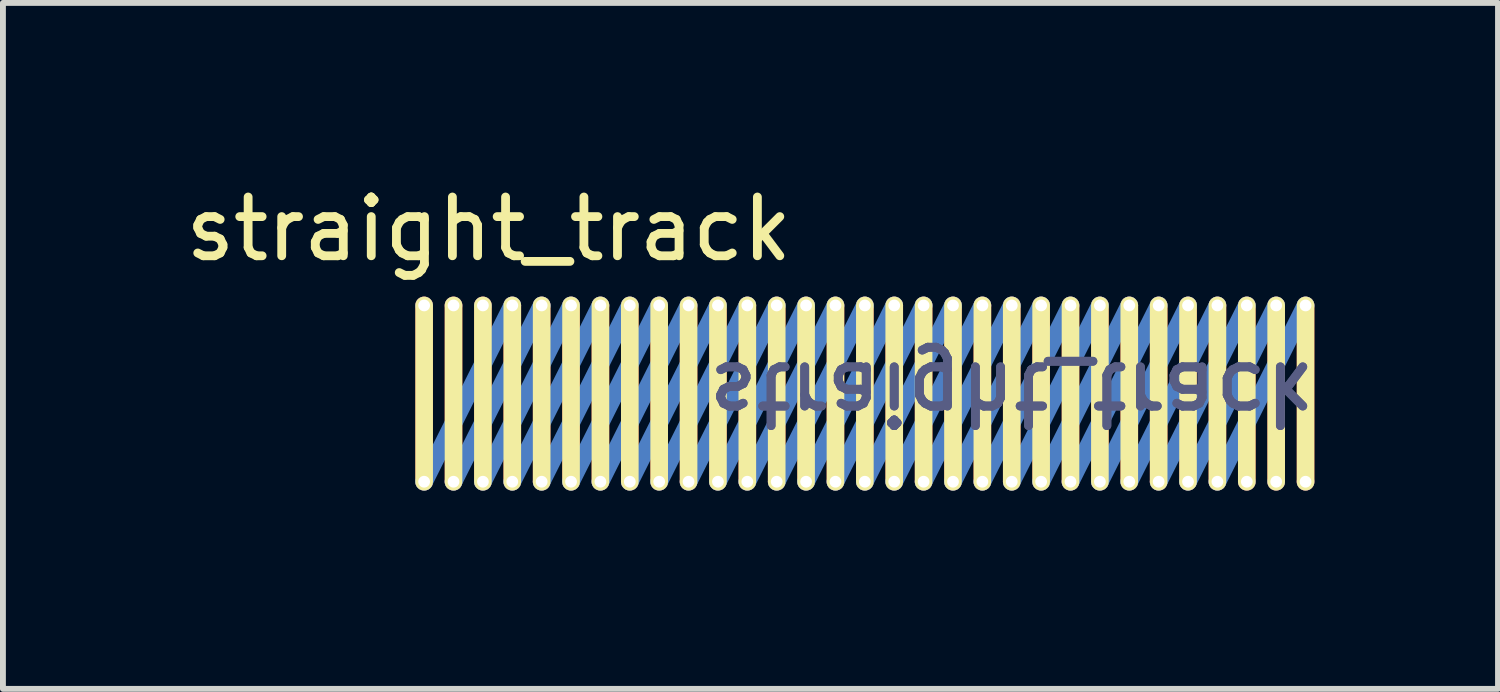
<source format=kicad_pcb>
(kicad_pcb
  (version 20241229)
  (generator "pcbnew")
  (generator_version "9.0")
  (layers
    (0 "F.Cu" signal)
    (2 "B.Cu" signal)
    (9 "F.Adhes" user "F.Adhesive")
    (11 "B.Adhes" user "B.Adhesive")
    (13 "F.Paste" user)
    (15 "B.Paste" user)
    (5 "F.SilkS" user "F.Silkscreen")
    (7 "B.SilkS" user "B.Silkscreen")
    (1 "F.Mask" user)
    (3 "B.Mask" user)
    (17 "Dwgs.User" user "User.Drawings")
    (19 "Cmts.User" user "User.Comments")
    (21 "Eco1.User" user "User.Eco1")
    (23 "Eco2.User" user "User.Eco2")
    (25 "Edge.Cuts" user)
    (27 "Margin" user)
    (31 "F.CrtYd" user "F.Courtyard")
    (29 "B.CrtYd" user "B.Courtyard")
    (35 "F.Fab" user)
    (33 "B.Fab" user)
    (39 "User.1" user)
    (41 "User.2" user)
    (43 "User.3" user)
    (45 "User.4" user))
  (footprint "straight_track"
    (layer "F.Cu")
    (at 11.668 3.648)
    (property "Reference" "straight_track" (at -6.4 -2.8 0) (unlocked yes) (layer "F.SilkS") (effects (font (size 1 1) (thickness 0.15))))
    (attr smd)
    (fp_line (start -7.5 1.5) (end -7.5 -1.5) (stroke (width 0.3) (type default)) (layer "F.Cu"))
    (fp_line (start -7 1.5) (end -7 -1.5) (stroke (width 0.3) (type default)) (layer "F.Cu"))
    (fp_line (start -6.5 1.5) (end -6.5 -1.5) (stroke (width 0.3) (type default)) (layer "F.Cu"))
    (fp_line (start -6 1.5) (end -6 -1.5) (stroke (width 0.3) (type default)) (layer "F.Cu"))
    (fp_line (start -5.5 1.5) (end -5.5 -1.5) (stroke (width 0.3) (type default)) (layer "F.Cu"))
    (fp_line (start -5 1.5) (end -5 -1.5) (stroke (width 0.3) (type default)) (layer "F.Cu"))
    (fp_line (start -4.5 1.5) (end -4.5 -1.5) (stroke (width 0.3) (type default)) (layer "F.Cu"))
    (fp_line (start -4 1.5) (end -4 -1.5) (stroke (width 0.3) (type default)) (layer "F.Cu"))
    (fp_line (start -3.5 1.5) (end -3.5 -1.5) (stroke (width 0.3) (type default)) (layer "F.Cu"))
    (fp_line (start -3 1.5) (end -3 -1.5) (stroke (width 0.3) (type default)) (layer "F.Cu"))
    (fp_line (start -2.5 1.5) (end -2.5 -1.5) (stroke (width 0.3) (type default)) (layer "F.Cu"))
    (fp_line (start -2 1.5) (end -2 -1.5) (stroke (width 0.3) (type default)) (layer "F.Cu"))
    (fp_line (start -1.5 1.5) (end -1.5 -1.5) (stroke (width 0.3) (type default)) (layer "F.Cu"))
    (fp_line (start -1 1.5) (end -1 -1.5) (stroke (width 0.3) (type default)) (layer "F.Cu"))
    (fp_line (start -0.5 1.5) (end -0.5 -1.5) (stroke (width 0.3) (type default)) (layer "F.Cu"))
    (fp_line (start 0 1.5) (end 0 -1.5) (stroke (width 0.3) (type default)) (layer "F.Cu"))
    (fp_line (start 0.5 1.5) (end 0.5 -1.5) (stroke (width 0.3) (type default)) (layer "F.Cu"))
    (fp_line (start 1 1.5) (end 1 -1.5) (stroke (width 0.3) (type default)) (layer "F.Cu"))
    (fp_line (start 1.5 1.5) (end 1.5 -1.5) (stroke (width 0.3) (type default)) (layer "F.Cu"))
    (fp_line (start 2 1.5) (end 2 -1.5) (stroke (width 0.3) (type default)) (layer "F.Cu"))
    (fp_line (start 2.5 1.5) (end 2.5 -1.5) (stroke (width 0.3) (type default)) (layer "F.Cu"))
    (fp_line (start 3 1.5) (end 3 -1.5) (stroke (width 0.3) (type default)) (layer "F.Cu"))
    (fp_line (start 3.5 1.5) (end 3.5 -1.5) (stroke (width 0.3) (type default)) (layer "F.Cu"))
    (fp_line (start 4 1.5) (end 4 -1.5) (stroke (width 0.3) (type default)) (layer "F.Cu"))
    (fp_line (start 4.5 1.5) (end 4.5 -1.5) (stroke (width 0.3) (type default)) (layer "F.Cu"))
    (fp_line (start 5 1.5) (end 5 -1.5) (stroke (width 0.3) (type default)) (layer "F.Cu"))
    (fp_line (start 5.5 1.5) (end 5.5 -1.5) (stroke (width 0.3) (type default)) (layer "F.Cu"))
    (fp_line (start 6 1.5) (end 6 -1.5) (stroke (width 0.3) (type default)) (layer "F.Cu"))
    (fp_line (start 6.5 1.5) (end 6.5 -1.5) (stroke (width 0.3) (type default)) (layer "F.Cu"))
    (fp_line (start 7 1.5) (end 7 -1.5) (stroke (width 0.3) (type default)) (layer "F.Cu"))
    (fp_line (start 7.5 1.5) (end 7.5 -1.5) (stroke (width 0.3) (type default)) (layer "F.Cu"))
    (fp_line (start -6 -1.5) (end -7.5 1.5) (stroke (width 0.3) (type default)) (layer "B.Cu"))
    (fp_line (start -5.5 -1.5) (end -7 1.5) (stroke (width 0.3) (type default)) (layer "B.Cu"))
    (fp_line (start -5 -1.5) (end -6.5 1.5) (stroke (width 0.3) (type default)) (layer "B.Cu"))
    (fp_line (start -4.5 -1.5) (end -6 1.5) (stroke (width 0.3) (type default)) (layer "B.Cu"))
    (fp_line (start -4 -1.5) (end -5.5 1.5) (stroke (width 0.3) (type default)) (layer "B.Cu"))
    (fp_line (start -3.5 -1.5) (end -5 1.5) (stroke (width 0.3) (type default)) (layer "B.Cu"))
    (fp_line (start -3 -1.5) (end -4.5 1.5) (stroke (width 0.3) (type default)) (layer "B.Cu"))
    (fp_line (start -2.5 -1.5) (end -4 1.5) (stroke (width 0.3) (type default)) (layer "B.Cu"))
    (fp_line (start -2 -1.5) (end -3.5 1.5) (stroke (width 0.3) (type default)) (layer "B.Cu"))
    (fp_line (start -1.5 -1.5) (end -3 1.5) (stroke (width 0.3) (type default)) (layer "B.Cu"))
    (fp_line (start -1 -1.5) (end -2.5 1.5) (stroke (width 0.3) (type default)) (layer "B.Cu"))
    (fp_line (start -0.5 -1.5) (end -2 1.5) (stroke (width 0.3) (type default)) (layer "B.Cu"))
    (fp_line (start 0 -1.5) (end -1.5 1.5) (stroke (width 0.3) (type default)) (layer "B.Cu"))
    (fp_line (start 0.5 -1.5) (end -1 1.5) (stroke (width 0.3) (type default)) (layer "B.Cu"))
    (fp_line (start 1 -1.5) (end -0.5 1.5) (stroke (width 0.3) (type default)) (layer "B.Cu"))
    (fp_line (start 1.5 -1.5) (end 0 1.5) (stroke (width 0.3) (type default)) (layer "B.Cu"))
    (fp_line (start 2 -1.5) (end 0.5 1.5) (stroke (width 0.3) (type default)) (layer "B.Cu"))
    (fp_line (start 2.5 -1.5) (end 1 1.5) (stroke (width 0.3) (type default)) (layer "B.Cu"))
    (fp_line (start 3 -1.5) (end 1.5 1.5) (stroke (width 0.3) (type default)) (layer "B.Cu"))
    (fp_line (start 3.5 -1.5) (end 2 1.5) (stroke (width 0.3) (type default)) (layer "B.Cu"))
    (fp_line (start 4 -1.5) (end 2.5 1.5) (stroke (width 0.3) (type default)) (layer "B.Cu"))
    (fp_line (start 4.5 -1.5) (end 3 1.5) (stroke (width 0.3) (type default)) (layer "B.Cu"))
    (fp_line (start 5 -1.5) (end 3.5 1.5) (stroke (width 0.3) (type default)) (layer "B.Cu"))
    (fp_line (start 5.5 -1.5) (end 4 1.5) (stroke (width 0.3) (type default)) (layer "B.Cu"))
    (fp_line (start 6 -1.5) (end 4.5 1.5) (stroke (width 0.3) (type default)) (layer "B.Cu"))
    (fp_line (start 6.5 -1.5) (end 5 1.5) (stroke (width 0.3) (type default)) (layer "B.Cu"))
    (fp_line (start 7 -1.5) (end 5.5 1.5) (stroke (width 0.3) (type default)) (layer "B.Cu"))
    (fp_line (start 7.5 -1.5) (end 6 1.5) (stroke (width 0.3) (type default)) (layer "B.Cu"))
    (fp_line (start -7.5 1.5) (end -7.5 -1.5) (stroke (width 0.3) (type solid)) (layer "F.SilkS"))
    (fp_line (start -7 1.5) (end -7 -1.5) (stroke (width 0.3) (type solid)) (layer "F.SilkS"))
    (fp_line (start -6.5 1.5) (end -6.5 -1.5) (stroke (width 0.3) (type solid)) (layer "F.SilkS"))
    (fp_line (start -6 1.5) (end -6 -1.5) (stroke (width 0.3) (type solid)) (layer "F.SilkS"))
    (fp_line (start -5.5 1.5) (end -5.5 -1.5) (stroke (width 0.3) (type solid)) (layer "F.SilkS"))
    (fp_line (start -5 1.5) (end -5 -1.5) (stroke (width 0.3) (type solid)) (layer "F.SilkS"))
    (fp_line (start -4.5 1.5) (end -4.5 -1.5) (stroke (width 0.3) (type solid)) (layer "F.SilkS"))
    (fp_line (start -4 1.5) (end -4 -1.5) (stroke (width 0.3) (type solid)) (layer "F.SilkS"))
    (fp_line (start -3.5 1.5) (end -3.5 -1.5) (stroke (width 0.3) (type solid)) (layer "F.SilkS"))
    (fp_line (start -3 1.5) (end -3 -1.5) (stroke (width 0.3) (type solid)) (layer "F.SilkS"))
    (fp_line (start -2.5 1.5) (end -2.5 -1.5) (stroke (width 0.3) (type solid)) (layer "F.SilkS"))
    (fp_line (start -2 1.5) (end -2 -1.5) (stroke (width 0.3) (type solid)) (layer "F.SilkS"))
    (fp_line (start -1.5 1.5) (end -1.5 -1.5) (stroke (width 0.3) (type solid)) (layer "F.SilkS"))
    (fp_line (start -1 1.5) (end -1 -1.5) (stroke (width 0.3) (type solid)) (layer "F.SilkS"))
    (fp_line (start -0.5 1.5) (end -0.5 -1.5) (stroke (width 0.3) (type solid)) (layer "F.SilkS"))
    (fp_line (start 0 1.5) (end 0 -1.5) (stroke (width 0.3) (type solid)) (layer "F.SilkS"))
    (fp_line (start 0.5 1.5) (end 0.5 -1.5) (stroke (width 0.3) (type solid)) (layer "F.SilkS"))
    (fp_line (start 1 1.5) (end 1 -1.5) (stroke (width 0.3) (type solid)) (layer "F.SilkS"))
    (fp_line (start 1.5 1.5) (end 1.5 -1.5) (stroke (width 0.3) (type solid)) (layer "F.SilkS"))
    (fp_line (start 2 1.5) (end 2 -1.5) (stroke (width 0.3) (type solid)) (layer "F.SilkS"))
    (fp_line (start 2.5 1.5) (end 2.5 -1.5) (stroke (width 0.3) (type solid)) (layer "F.SilkS"))
    (fp_line (start 3 1.5) (end 3 -1.5) (stroke (width 0.3) (type solid)) (layer "F.SilkS"))
    (fp_line (start 3.5 1.5) (end 3.5 -1.5) (stroke (width 0.3) (type solid)) (layer "F.SilkS"))
    (fp_line (start 4 1.5) (end 4 -1.5) (stroke (width 0.3) (type solid)) (layer "F.SilkS"))
    (fp_line (start 4.5 1.5) (end 4.5 -1.5) (stroke (width 0.3) (type solid)) (layer "F.SilkS"))
    (fp_line (start 5 1.5) (end 5 -1.5) (stroke (width 0.3) (type solid)) (layer "F.SilkS"))
    (fp_line (start 5.5 1.5) (end 5.5 -1.5) (stroke (width 0.3) (type solid)) (layer "F.SilkS"))
    (fp_line (start 6 1.5) (end 6 -1.5) (stroke (width 0.3) (type solid)) (layer "F.SilkS"))
    (fp_line (start 6.5 1.5) (end 6.5 -1.5) (stroke (width 0.3) (type solid)) (layer "F.SilkS"))
    (fp_line (start 7 1.5) (end 7 -1.5) (stroke (width 0.3) (type solid)) (layer "F.SilkS"))
    (fp_line (start 7.5 1.5) (end 7.5 -1.5) (stroke (width 0.3) (type solid)) (layer "F.SilkS"))
    (fp_rect (start -7.7 -0.9) (end 7.7 0.9) (stroke (width 0.12) (type solid)) (fill no) (layer "User.1"))
    (fp_rect (start 7.75 -2) (end -7.75 2) (stroke (width 0.05) (type solid)) (fill no) (layer "User.3"))
    (fp_text user "${REFERENCE}" (at 2.5 0 180) (unlocked yes) (layer "B.Fab") (effects (font (size 1 1) (thickness 0.15)) (justify mirror)))
    (fp_text user "${REFERENCE}" (at 2.5 0 180) (unlocked yes) (layer "B.Fab") (effects (font (size 1 1) (thickness 0.15)) (justify mirror)))
    (pad "1" thru_hole circle (at -7.5 -1.5) (size 0.3 0.3) (drill 0.2) (layers "*.Cu" "*.Mask"))
    (pad "1" thru_hole circle (at -7.5 1.5) (size 0.3 0.3) (drill 0.2) (layers "*.Cu" "*.Mask"))
    (pad "1" thru_hole circle (at -6 -1.5) (size 0.3 0.3) (drill 0.2) (layers "*.Cu" "*.Mask"))
    (pad "1" thru_hole circle (at -6 1.5) (size 0.3 0.3) (drill 0.2) (layers "*.Cu" "*.Mask"))
    (pad "1" thru_hole circle (at -4.5 -1.5) (size 0.3 0.3) (drill 0.2) (layers "*.Cu" "*.Mask"))
    (pad "1" thru_hole circle (at -4.5 1.5) (size 0.3 0.3) (drill 0.2) (layers "*.Cu" "*.Mask"))
    (pad "1" thru_hole circle (at -3 -1.5) (size 0.3 0.3) (drill 0.2) (layers "*.Cu" "*.Mask"))
    (pad "1" thru_hole circle (at -3 1.5) (size 0.3 0.3) (drill 0.2) (layers "*.Cu" "*.Mask"))
    (pad "1" thru_hole circle (at -1.5 -1.5) (size 0.3 0.3) (drill 0.2) (layers "*.Cu" "*.Mask"))
    (pad "1" thru_hole circle (at -1.5 1.5) (size 0.3 0.3) (drill 0.2) (layers "*.Cu" "*.Mask"))
    (pad "1" thru_hole circle (at 0 -1.5) (size 0.3 0.3) (drill 0.2) (layers "*.Cu" "*.Mask"))
    (pad "1" thru_hole circle (at 0 1.5) (size 0.3 0.3) (drill 0.2) (layers "*.Cu" "*.Mask"))
    (pad "1" thru_hole circle (at 1.5 -1.5) (size 0.3 0.3) (drill 0.2) (layers "*.Cu" "*.Mask"))
    (pad "1" thru_hole circle (at 1.5 1.5) (size 0.3 0.3) (drill 0.2) (layers "*.Cu" "*.Mask"))
    (pad "1" thru_hole circle (at 3 -1.5) (size 0.3 0.3) (drill 0.2) (layers "*.Cu" "*.Mask"))
    (pad "1" thru_hole circle (at 3 1.5) (size 0.3 0.3) (drill 0.2) (layers "*.Cu" "*.Mask"))
    (pad "1" thru_hole circle (at 4.5 -1.5) (size 0.3 0.3) (drill 0.2) (layers "*.Cu" "*.Mask"))
    (pad "1" thru_hole circle (at 4.5 1.5) (size 0.3 0.3) (drill 0.2) (layers "*.Cu" "*.Mask"))
    (pad "1" thru_hole circle (at 6 -1.5) (size 0.3 0.3) (drill 0.2) (layers "*.Cu" "*.Mask"))
    (pad "1" thru_hole circle (at 6 1.5) (size 0.3 0.3) (drill 0.2) (layers "*.Cu" "*.Mask"))
    (pad "1" thru_hole circle (at 7.5 -1.5) (size 0.3 0.3) (drill 0.2) (layers "*.Cu" "*.Mask"))
    (pad "1" thru_hole circle (at 7.5 1.5) (size 0.3 0.3) (drill 0.2) (layers "*.Cu" "*.Mask"))
    (pad "2" thru_hole circle (at -7 -1.5) (size 0.3 0.3) (drill 0.2) (layers "*.Cu" "*.Mask"))
    (pad "2" thru_hole circle (at -7 1.5) (size 0.3 0.3) (drill 0.2) (layers "*.Cu" "*.Mask"))
    (pad "2" thru_hole circle (at -5.5 -1.5) (size 0.3 0.3) (drill 0.2) (layers "*.Cu" "*.Mask"))
    (pad "2" thru_hole circle (at -5.5 1.5) (size 0.3 0.3) (drill 0.2) (layers "*.Cu" "*.Mask"))
    (pad "2" thru_hole circle (at -4 -1.5) (size 0.3 0.3) (drill 0.2) (layers "*.Cu" "*.Mask"))
    (pad "2" thru_hole circle (at -4 1.5) (size 0.3 0.3) (drill 0.2) (layers "*.Cu" "*.Mask"))
    (pad "2" thru_hole circle (at -2.5 -1.5) (size 0.3 0.3) (drill 0.2) (layers "*.Cu" "*.Mask"))
    (pad "2" thru_hole circle (at -2.5 1.5) (size 0.3 0.3) (drill 0.2) (layers "*.Cu" "*.Mask"))
    (pad "2" thru_hole circle (at -1 -1.5) (size 0.3 0.3) (drill 0.2) (layers "*.Cu" "*.Mask"))
    (pad "2" thru_hole circle (at -1 1.5) (size 0.3 0.3) (drill 0.2) (layers "*.Cu" "*.Mask"))
    (pad "2" thru_hole circle (at 0.5 -1.5) (size 0.3 0.3) (drill 0.2) (layers "*.Cu" "*.Mask"))
    (pad "2" thru_hole circle (at 0.5 1.5) (size 0.3 0.3) (drill 0.2) (layers "*.Cu" "*.Mask"))
    (pad "2" thru_hole circle (at 2 -1.5) (size 0.3 0.3) (drill 0.2) (layers "*.Cu" "*.Mask"))
    (pad "2" thru_hole circle (at 2 1.5) (size 0.3 0.3) (drill 0.2) (layers "*.Cu" "*.Mask"))
    (pad "2" thru_hole circle (at 3.5 -1.5) (size 0.3 0.3) (drill 0.2) (layers "*.Cu" "*.Mask"))
    (pad "2" thru_hole circle (at 3.5 1.5) (size 0.3 0.3) (drill 0.2) (layers "*.Cu" "*.Mask"))
    (pad "2" thru_hole circle (at 5 -1.5) (size 0.3 0.3) (drill 0.2) (layers "*.Cu" "*.Mask"))
    (pad "2" thru_hole circle (at 5 1.5) (size 0.3 0.3) (drill 0.2) (layers "*.Cu" "*.Mask"))
    (pad "2" thru_hole circle (at 6.5 -1.5) (size 0.3 0.3) (drill 0.2) (layers "*.Cu" "*.Mask"))
    (pad "2" thru_hole circle (at 6.5 1.5) (size 0.3 0.3) (drill 0.2) (layers "*.Cu" "*.Mask"))
    (pad "3" thru_hole circle (at -6.5 -1.5) (size 0.3 0.3) (drill 0.2) (layers "*.Cu" "*.Mask"))
    (pad "3" thru_hole circle (at -6.5 1.5) (size 0.3 0.3) (drill 0.2) (layers "*.Cu" "*.Mask"))
    (pad "3" thru_hole circle (at -5 -1.5) (size 0.3 0.3) (drill 0.2) (layers "*.Cu" "*.Mask"))
    (pad "3" thru_hole circle (at -5 1.5) (size 0.3 0.3) (drill 0.2) (layers "*.Cu" "*.Mask"))
    (pad "3" thru_hole circle (at -3.5 -1.5) (size 0.3 0.3) (drill 0.2) (layers "*.Cu" "*.Mask"))
    (pad "3" thru_hole circle (at -3.5 1.5) (size 0.3 0.3) (drill 0.2) (layers "*.Cu" "*.Mask"))
    (pad "3" thru_hole circle (at -2 -1.5) (size 0.3 0.3) (drill 0.2) (layers "*.Cu" "*.Mask"))
    (pad "3" thru_hole circle (at -2 1.5) (size 0.3 0.3) (drill 0.2) (layers "*.Cu" "*.Mask"))
    (pad "3" thru_hole circle (at -0.5 -1.5) (size 0.3 0.3) (drill 0.2) (layers "*.Cu" "*.Mask"))
    (pad "3" thru_hole circle (at -0.5 1.5) (size 0.3 0.3) (drill 0.2) (layers "*.Cu" "*.Mask"))
    (pad "3" thru_hole circle (at 1 -1.5) (size 0.3 0.3) (drill 0.2) (layers "*.Cu" "*.Mask"))
    (pad "3" thru_hole circle (at 1 1.5) (size 0.3 0.3) (drill 0.2) (layers "*.Cu" "*.Mask"))
    (pad "3" thru_hole circle (at 2.5 -1.5) (size 0.3 0.3) (drill 0.2) (layers "*.Cu" "*.Mask"))
    (pad "3" thru_hole circle (at 2.5 1.5) (size 0.3 0.3) (drill 0.2) (layers "*.Cu" "*.Mask"))
    (pad "3" thru_hole circle (at 4 -1.5) (size 0.3 0.3) (drill 0.2) (layers "*.Cu" "*.Mask"))
    (pad "3" thru_hole circle (at 4 1.5) (size 0.3 0.3) (drill 0.2) (layers "*.Cu" "*.Mask"))
    (pad "3" thru_hole circle (at 5.5 -1.5) (size 0.3 0.3) (drill 0.2) (layers "*.Cu" "*.Mask"))
    (pad "3" thru_hole circle (at 5.5 1.5) (size 0.3 0.3) (drill 0.2) (layers "*.Cu" "*.Mask"))
    (pad "3" thru_hole circle (at 7 -1.5) (size 0.3 0.3) (drill 0.2) (layers "*.Cu" "*.Mask"))
    (pad "3" thru_hole circle (at 7 1.5) (size 0.3 0.3) (drill 0.2) (layers "*.Cu" "*.Mask")))
  (gr_rect
    (start -3 -3)
    (end 22.443 8.673)
    (stroke (width 0.1) (type default))
    (fill no)
    (layer "Edge.Cuts")))
</source>
